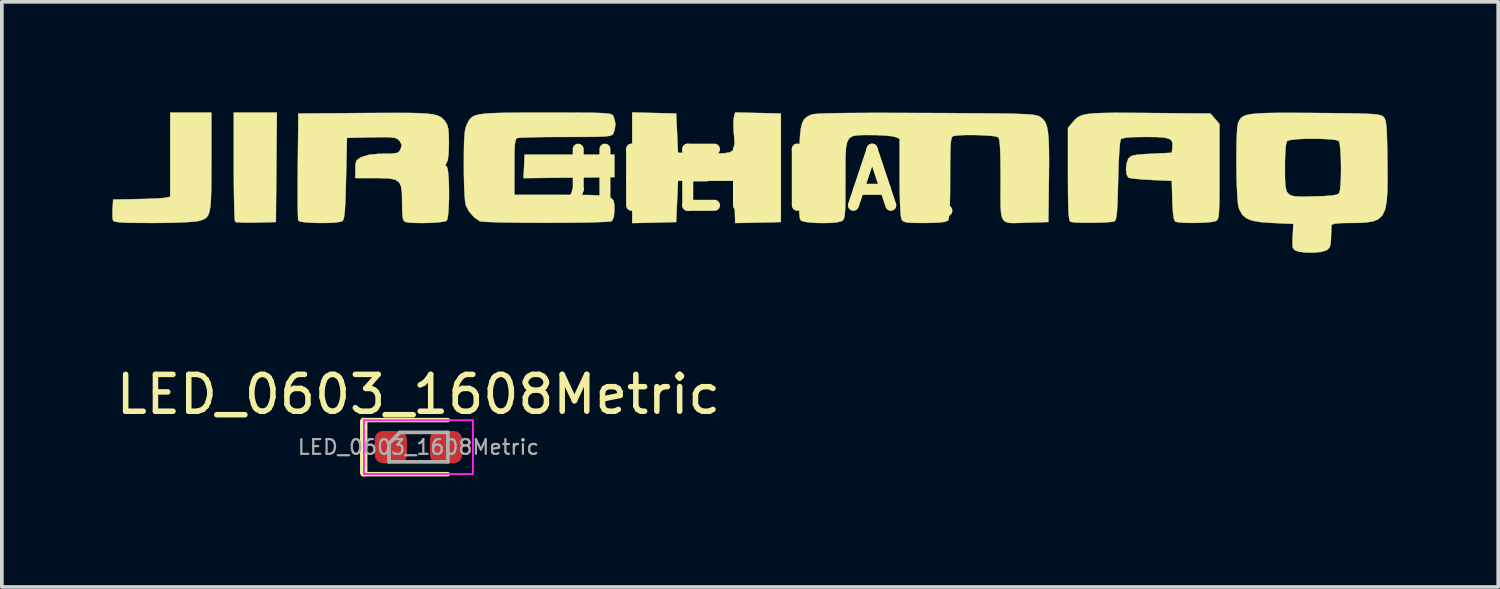
<source format=kicad_pcb>
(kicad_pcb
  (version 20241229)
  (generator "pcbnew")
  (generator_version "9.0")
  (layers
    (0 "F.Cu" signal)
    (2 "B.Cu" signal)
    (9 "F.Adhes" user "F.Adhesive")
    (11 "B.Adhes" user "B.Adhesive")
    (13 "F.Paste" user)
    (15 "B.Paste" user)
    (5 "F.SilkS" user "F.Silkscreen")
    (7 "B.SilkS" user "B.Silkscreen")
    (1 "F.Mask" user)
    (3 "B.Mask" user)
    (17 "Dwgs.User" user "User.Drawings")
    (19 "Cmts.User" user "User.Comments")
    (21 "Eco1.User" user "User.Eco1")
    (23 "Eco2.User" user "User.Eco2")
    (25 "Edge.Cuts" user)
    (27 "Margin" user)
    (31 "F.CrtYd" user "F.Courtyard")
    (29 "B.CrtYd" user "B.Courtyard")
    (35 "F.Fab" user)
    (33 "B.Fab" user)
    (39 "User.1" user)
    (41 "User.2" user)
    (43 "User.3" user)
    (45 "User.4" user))
  (footprint "JIREHMAQ"
    (layer "F.Cu")
    (at 17.372 1.837)
    (property "Reference" "JIREHMAQ" (at 0 0 0) (layer "F.SilkS") (effects (font (size 1.524 1.524) (thickness 0.3))))
    (attr through_hole)
    (fp_poly (pts (xy -3.734 -0.076) (xy -4.968 -0.063) (xy -6.202 -0.049) (xy -6.187 -0.367) (xy -6.172 -0.686) (xy -3.734 -0.686) (xy -3.734 -0.076)) (stroke (width 0.01) (type solid)) (fill yes) (layer "F.SilkS"))
    (fp_poly (pts (xy -12.929 1.143) (xy -13.465 1.157) (xy -13.689 1.16) (xy -13.874 1.156) (xy -13.998 1.147) (xy -14.036 1.136) (xy -14.045 1.078) (xy -14.053 0.932) (xy -14.06 0.71) (xy -14.066 0.425) (xy -14.07 0.092) (xy -14.072 -0.278) (xy -14.072 -0.364) (xy -14.072 -1.829) (xy -12.902 -1.829) (xy -12.929 1.143)) (stroke (width 0.01) (type solid)) (fill yes) (layer "F.SilkS"))
    (fp_poly (pts (xy -2.654 -1.818) (xy -2.057 -1.803) (xy -2.007 -0.737) (xy -1.285 -0.723) (xy -0.973 -0.718) (xy -0.75 -0.724) (xy -0.601 -0.749) (xy -0.514 -0.803) (xy -0.474 -0.893) (xy -0.469 -1.028) (xy -0.485 -1.218) (xy -0.488 -1.24) (xy -0.5 -1.434) (xy -0.499 -1.605) (xy -0.488 -1.699) (xy -0.454 -1.832) (xy 0.166 -1.818) (xy 0.787 -1.803) (xy 0.787 1.143) (xy -0.454 1.171) (xy -0.483 0.025) (xy -2.007 0.025) (xy -2.057 1.143) (xy -3.251 1.172) (xy -3.251 -1.832) (xy -2.654 -1.818)) (stroke (width 0.01) (type solid)) (fill yes) (layer "F.SilkS"))
    (fp_poly (pts (xy -14.681 -0.494) (xy -14.682 -0.062) (xy -14.685 0.279) (xy -14.694 0.542) (xy -14.71 0.737) (xy -14.736 0.877) (xy -14.775 0.972) (xy -14.829 1.035) (xy -14.901 1.075) (xy -14.992 1.106) (xy -15.026 1.115) (xy -15.133 1.131) (xy -15.324 1.145) (xy -15.579 1.157) (xy -15.879 1.165) (xy -16.206 1.168) (xy -16.27 1.168) (xy -16.637 1.167) (xy -16.913 1.163) (xy -17.111 1.155) (xy -17.242 1.143) (xy -17.318 1.126) (xy -17.351 1.102) (xy -17.353 1.098) (xy -17.366 1.009) (xy -17.367 0.861) (xy -17.364 0.781) (xy -17.348 0.533) (xy -16.688 0.521) (xy -16.429 0.514) (xy -16.199 0.505) (xy -16.021 0.494) (xy -15.919 0.483) (xy -15.913 0.482) (xy -15.799 0.455) (xy -15.799 -1.829) (xy -14.681 -1.829) (xy -14.681 -0.494)) (stroke (width 0.01) (type solid)) (fill yes) (layer "F.SilkS"))
    (fp_poly (pts (xy -5.129 -1.828) (xy -4.746 -1.827) (xy -4.445 -1.825) (xy -4.215 -1.821) (xy -4.046 -1.814) (xy -3.928 -1.805) (xy -3.85 -1.792) (xy -3.803 -1.775) (xy -3.776 -1.753) (xy -3.761 -1.731) (xy -3.72 -1.602) (xy -3.708 -1.499) (xy -3.729 -1.356) (xy -3.761 -1.267) (xy -3.782 -1.236) (xy -3.818 -1.212) (xy -3.88 -1.195) (xy -3.981 -1.183) (xy -4.133 -1.175) (xy -4.349 -1.171) (xy -4.64 -1.169) (xy -5.02 -1.168) (xy -5.052 -1.168) (xy -5.4 -1.167) (xy -5.717 -1.164) (xy -5.988 -1.158) (xy -6.198 -1.152) (xy -6.331 -1.144) (xy -6.371 -1.138) (xy -6.403 -1.112) (xy -6.425 -1.054) (xy -6.44 -0.947) (xy -6.448 -0.778) (xy -6.451 -0.531) (xy -6.452 -0.35) (xy -6.452 0.406) (xy -5.191 0.406) (xy -4.769 0.407) (xy -4.437 0.41) (xy -4.185 0.419) (xy -4.002 0.437) (xy -3.877 0.467) (xy -3.798 0.512) (xy -3.755 0.575) (xy -3.738 0.659) (xy -3.734 0.766) (xy -3.734 0.811) (xy -3.75 1.006) (xy -3.798 1.11) (xy -3.81 1.119) (xy -3.879 1.131) (xy -4.034 1.141) (xy -4.263 1.149) (xy -4.549 1.156) (xy -4.878 1.16) (xy -5.237 1.163) (xy -5.609 1.164) (xy -5.982 1.163) (xy -6.339 1.16) (xy -6.667 1.155) (xy -6.952 1.149) (xy -7.177 1.141) (xy -7.33 1.13) (xy -7.391 1.12) (xy -7.542 1.018) (xy -7.682 0.856) (xy -7.769 0.695) (xy -7.788 0.595) (xy -7.803 0.409) (xy -7.815 0.154) (xy -7.822 -0.152) (xy -7.823 -0.397) (xy -7.822 -0.744) (xy -7.817 -1.006) (xy -7.807 -1.198) (xy -7.792 -1.336) (xy -7.769 -1.437) (xy -7.737 -1.517) (xy -7.734 -1.523) (xy -7.694 -1.6) (xy -7.65 -1.663) (xy -7.594 -1.713) (xy -7.514 -1.751) (xy -7.401 -1.78) (xy -7.244 -1.801) (xy -7.034 -1.814) (xy -6.76 -1.822) (xy -6.412 -1.826) (xy -5.98 -1.828) (xy -5.602 -1.828) (xy -5.129 -1.828)) (stroke (width 0.01) (type solid)) (fill yes) (layer "F.SilkS"))
    (fp_poly (pts (xy 10.241 -1.822) (xy 10.709 -1.819) (xy 10.789 -1.818) (xy 12.455 -1.803) (xy 12.577 -1.661) (xy 12.7 -1.518) (xy 12.7 -0.228) (xy 12.7 0.168) (xy 12.698 0.475) (xy 12.694 0.704) (xy 12.687 0.867) (xy 12.676 0.978) (xy 12.66 1.047) (xy 12.638 1.088) (xy 12.61 1.111) (xy 12.602 1.116) (xy 12.508 1.139) (xy 12.345 1.155) (xy 12.141 1.165) (xy 11.925 1.167) (xy 11.725 1.161) (xy 11.572 1.148) (xy 11.495 1.128) (xy 11.462 1.054) (xy 11.437 0.883) (xy 11.421 0.62) (xy 11.419 0.557) (xy 11.405 0.025) (xy 10.846 0) (xy 10.613 -0.014) (xy 10.415 -0.032) (xy 10.277 -0.051) (xy 10.223 -0.066) (xy 10.178 -0.148) (xy 10.162 -0.285) (xy 10.176 -0.438) (xy 10.219 -0.566) (xy 10.232 -0.587) (xy 10.279 -0.632) (xy 10.353 -0.664) (xy 10.476 -0.686) (xy 10.667 -0.701) (xy 10.854 -0.711) (xy 11.405 -0.737) (xy 11.421 -0.879) (xy 11.425 -0.991) (xy 11.398 -1.07) (xy 11.325 -1.121) (xy 11.193 -1.151) (xy 10.988 -1.165) (xy 10.696 -1.168) (xy 10.693 -1.168) (xy 10.392 -1.164) (xy 10.184 -1.151) (xy 10.061 -1.128) (xy 10.02 -1.105) (xy 10.003 -1.036) (xy 9.986 -0.879) (xy 9.971 -0.65) (xy 9.958 -0.364) (xy 9.948 -0.034) (xy 9.947 0.016) (xy 9.938 0.385) (xy 9.928 0.663) (xy 9.916 0.864) (xy 9.9 0.999) (xy 9.881 1.08) (xy 9.855 1.118) (xy 9.852 1.12) (xy 9.776 1.138) (xy 9.624 1.151) (xy 9.424 1.159) (xy 9.203 1.163) (xy 8.987 1.162) (xy 8.804 1.155) (xy 8.679 1.142) (xy 8.649 1.135) (xy 8.628 1.102) (xy 8.612 1.015) (xy 8.6 0.866) (xy 8.592 0.644) (xy 8.587 0.342) (xy 8.585 -0.051) (xy 8.585 -0.153) (xy 8.585 -1.415) (xy 8.711 -1.564) (xy 8.774 -1.635) (xy 8.837 -1.692) (xy 8.913 -1.736) (xy 9.012 -1.77) (xy 9.146 -1.794) (xy 9.324 -1.81) (xy 9.559 -1.819) (xy 9.861 -1.823) (xy 10.241 -1.822)) (stroke (width 0.01) (type solid)) (fill yes) (layer "F.SilkS"))
    (fp_poly (pts (xy -9.269 -1.819) (xy -9.008 -1.812) (xy -8.808 -1.799) (xy -8.658 -1.78) (xy -8.547 -1.753) (xy -8.466 -1.717) (xy -8.405 -1.671) (xy -8.352 -1.614) (xy -8.329 -1.586) (xy -8.28 -1.506) (xy -8.25 -1.402) (xy -8.234 -1.249) (xy -8.23 -1.023) (xy -8.23 -0.994) (xy -8.237 -0.725) (xy -8.26 -0.544) (xy -8.293 -0.461) (xy -8.331 -0.401) (xy -8.293 -0.37) (xy -8.267 -0.313) (xy -8.247 -0.176) (xy -8.233 0.018) (xy -8.227 0.245) (xy -8.227 0.485) (xy -8.234 0.713) (xy -8.247 0.909) (xy -8.268 1.049) (xy -8.291 1.107) (xy -8.364 1.132) (xy -8.511 1.151) (xy -8.706 1.164) (xy -8.921 1.17) (xy -9.128 1.169) (xy -9.302 1.159) (xy -9.413 1.14) (xy -9.419 1.138) (xy -9.458 1.104) (xy -9.482 1.029) (xy -9.495 0.892) (xy -9.5 0.675) (xy -9.5 0.63) (xy -9.504 0.365) (xy -9.527 0.179) (xy -9.585 0.059) (xy -9.693 -0.01) (xy -9.865 -0.042) (xy -10.118 -0.05) (xy -10.236 -0.051) (xy -10.77 -0.051) (xy -10.77 -0.295) (xy -10.764 -0.447) (xy -10.732 -0.533) (xy -10.656 -0.593) (xy -10.59 -0.626) (xy -10.395 -0.684) (xy -10.117 -0.71) (xy -10.005 -0.711) (xy -9.801 -0.713) (xy -9.676 -0.724) (xy -9.604 -0.75) (xy -9.562 -0.797) (xy -9.541 -0.838) (xy -9.511 -0.949) (xy -9.555 -1.042) (xy -9.577 -1.068) (xy -9.623 -1.11) (xy -9.682 -1.138) (xy -9.773 -1.155) (xy -9.916 -1.162) (xy -10.127 -1.161) (xy -10.334 -1.157) (xy -10.998 -1.143) (xy -11.024 -0.036) (xy -11.033 0.338) (xy -11.044 0.623) (xy -11.056 0.831) (xy -11.071 0.973) (xy -11.089 1.061) (xy -11.113 1.108) (xy -11.125 1.119) (xy -11.214 1.144) (xy -11.37 1.16) (xy -11.568 1.168) (xy -11.784 1.169) (xy -11.992 1.161) (xy -12.167 1.147) (xy -12.286 1.125) (xy -12.321 1.104) (xy -12.327 1.038) (xy -12.332 0.885) (xy -12.335 0.656) (xy -12.336 0.368) (xy -12.335 0.032) (xy -12.333 -0.337) (xy -12.333 -0.382) (xy -12.319 -1.803) (xy -10.516 -1.817) (xy -10.012 -1.82) (xy -9.6 -1.821) (xy -9.269 -1.819)) (stroke (width 0.01) (type solid)) (fill yes) (layer "F.SilkS"))
    (fp_poly (pts (xy 15.123 -1.82) (xy 15.316 -1.818) (xy 15.787 -1.814) (xy 16.166 -1.809) (xy 16.466 -1.804) (xy 16.694 -1.797) (xy 16.863 -1.788) (xy 16.983 -1.776) (xy 17.064 -1.761) (xy 17.116 -1.742) (xy 17.15 -1.719) (xy 17.156 -1.713) (xy 17.186 -1.674) (xy 17.209 -1.615) (xy 17.226 -1.523) (xy 17.239 -1.384) (xy 17.248 -1.186) (xy 17.255 -0.915) (xy 17.261 -0.558) (xy 17.262 -0.493) (xy 17.266 -0.039) (xy 17.26 0.324) (xy 17.238 0.606) (xy 17.194 0.817) (xy 17.122 0.967) (xy 17.015 1.067) (xy 16.867 1.127) (xy 16.673 1.157) (xy 16.425 1.167) (xy 16.258 1.168) (xy 16.005 1.172) (xy 15.843 1.185) (xy 15.76 1.209) (xy 15.743 1.232) (xy 15.738 1.316) (xy 15.733 1.463) (xy 15.73 1.573) (xy 15.719 1.74) (xy 15.691 1.836) (xy 15.631 1.895) (xy 15.596 1.915) (xy 15.455 1.955) (xy 15.258 1.974) (xy 15.045 1.972) (xy 14.86 1.948) (xy 14.791 1.927) (xy 14.728 1.894) (xy 14.694 1.841) (xy 14.683 1.743) (xy 14.687 1.574) (xy 14.689 1.537) (xy 14.707 1.194) (xy 14.139 1.168) (xy 13.825 1.146) (xy 13.595 1.107) (xy 13.433 1.043) (xy 13.322 0.948) (xy 13.245 0.812) (xy 13.224 0.757) (xy 13.203 0.647) (xy 13.187 0.458) (xy 13.174 0.208) (xy 13.165 -0.082) (xy 13.161 -0.349) (xy 14.478 -0.349) (xy 14.479 -0.044) (xy 14.49 0.174) (xy 14.527 0.318) (xy 14.603 0.404) (xy 14.732 0.445) (xy 14.929 0.456) (xy 15.208 0.45) (xy 15.275 0.448) (xy 15.554 0.438) (xy 15.748 0.424) (xy 15.87 0.403) (xy 15.936 0.374) (xy 15.952 0.356) (xy 15.975 0.269) (xy 15.991 0.108) (xy 16 -0.102) (xy 16.002 -0.337) (xy 15.998 -0.573) (xy 15.987 -0.787) (xy 15.97 -0.953) (xy 15.947 -1.047) (xy 15.941 -1.057) (xy 15.864 -1.084) (xy 15.71 -1.103) (xy 15.503 -1.115) (xy 15.27 -1.12) (xy 15.033 -1.117) (xy 14.817 -1.107) (xy 14.648 -1.089) (xy 14.55 -1.064) (xy 14.539 -1.057) (xy 14.509 -0.974) (xy 14.489 -0.794) (xy 14.479 -0.517) (xy 14.478 -0.349) (xy 13.161 -0.349) (xy 13.16 -0.392) (xy 13.16 -0.701) (xy 13.164 -0.991) (xy 13.173 -1.241) (xy 13.186 -1.43) (xy 13.204 -1.54) (xy 13.206 -1.544) (xy 13.238 -1.617) (xy 13.279 -1.677) (xy 13.339 -1.724) (xy 13.428 -1.761) (xy 13.556 -1.787) (xy 13.733 -1.805) (xy 13.968 -1.817) (xy 14.271 -1.822) (xy 14.653 -1.822) (xy 15.123 -1.82)) (stroke (width 0.01) (type solid)) (fill yes) (layer "F.SilkS"))
    (fp_poly (pts (xy 4.323 -1.819) (xy 4.726 -1.818) (xy 5.352 -1.815) (xy 5.884 -1.811) (xy 6.33 -1.808) (xy 6.699 -1.804) (xy 6.999 -1.799) (xy 7.236 -1.793) (xy 7.421 -1.786) (xy 7.56 -1.777) (xy 7.661 -1.766) (xy 7.733 -1.752) (xy 7.784 -1.737) (xy 7.821 -1.718) (xy 7.836 -1.709) (xy 7.909 -1.649) (xy 7.966 -1.572) (xy 8.009 -1.467) (xy 8.039 -1.321) (xy 8.058 -1.122) (xy 8.068 -0.858) (xy 8.071 -0.518) (xy 8.068 -0.089) (xy 8.067 -0.051) (xy 8.052 1.143) (xy 7.518 1.158) (xy 7.274 1.167) (xy 7.088 1.172) (xy 6.952 1.16) (xy 6.859 1.12) (xy 6.8 1.039) (xy 6.769 0.907) (xy 6.756 0.71) (xy 6.754 0.438) (xy 6.756 0.078) (xy 6.756 0.009) (xy 6.754 -0.397) (xy 6.748 -0.708) (xy 6.738 -0.933) (xy 6.722 -1.078) (xy 6.701 -1.151) (xy 6.695 -1.158) (xy 6.623 -1.182) (xy 6.476 -1.2) (xy 6.278 -1.213) (xy 6.056 -1.22) (xy 5.837 -1.221) (xy 5.644 -1.214) (xy 5.506 -1.199) (xy 5.465 -1.188) (xy 5.438 -1.167) (xy 5.418 -1.118) (xy 5.404 -1.029) (xy 5.394 -0.887) (xy 5.388 -0.68) (xy 5.385 -0.395) (xy 5.385 -0.056) (xy 5.383 0.349) (xy 5.377 0.66) (xy 5.366 0.884) (xy 5.35 1.028) (xy 5.329 1.101) (xy 5.324 1.107) (xy 5.236 1.139) (xy 5.05 1.159) (xy 4.768 1.168) (xy 4.691 1.168) (xy 4.439 1.167) (xy 4.271 1.16) (xy 4.165 1.145) (xy 4.105 1.118) (xy 4.07 1.078) (xy 4.066 1.07) (xy 4.048 0.985) (xy 4.033 0.812) (xy 4.022 0.561) (xy 4.015 0.246) (xy 4.013 -0.074) (xy 4.013 -1.12) (xy 3.883 -1.17) (xy 3.776 -1.191) (xy 3.598 -1.208) (xy 3.378 -1.218) (xy 3.259 -1.219) (xy 3.034 -1.22) (xy 2.861 -1.213) (xy 2.734 -1.188) (xy 2.645 -1.132) (xy 2.589 -1.033) (xy 2.557 -0.879) (xy 2.543 -0.659) (xy 2.54 -0.361) (xy 2.54 0.001) (xy 2.539 0.356) (xy 2.537 0.624) (xy 2.532 0.816) (xy 2.522 0.947) (xy 2.507 1.03) (xy 2.486 1.079) (xy 2.456 1.107) (xy 2.442 1.116) (xy 2.334 1.146) (xy 2.162 1.164) (xy 1.955 1.171) (xy 1.74 1.167) (xy 1.544 1.152) (xy 1.396 1.128) (xy 1.324 1.096) (xy 1.303 1.038) (xy 1.289 0.916) (xy 1.28 0.722) (xy 1.275 0.447) (xy 1.276 0.084) (xy 1.279 -0.212) (xy 1.286 -0.632) (xy 1.295 -0.963) (xy 1.309 -1.216) (xy 1.332 -1.404) (xy 1.365 -1.539) (xy 1.41 -1.633) (xy 1.472 -1.697) (xy 1.552 -1.746) (xy 1.617 -1.774) (xy 1.685 -1.788) (xy 1.821 -1.799) (xy 2.03 -1.807) (xy 2.317 -1.814) (xy 2.685 -1.818) (xy 3.139 -1.821) (xy 3.683 -1.821) (xy 4.323 -1.819)) (stroke (width 0.01) (type solid)) (fill yes) (layer "F.SilkS")))
  (footprint "LED_0603_1608Metric"
    (layer "F.Cu")
    (at 8.315 9.094)
    (property "Reference" "LED_0603_1608Metric" (at 0 -1.43 0) (layer "F.SilkS") (effects (font (size 1 1) (thickness 0.15))))
    (attr smd)
    (fp_line (start -1.486 -0.699) (end -1.486 0.699) (stroke (width 0.2) (type solid)) (layer "F.SilkS"))
    (fp_line (start -1.485 0.735) (end 0.8 0.735) (stroke (width 0.12) (type solid)) (layer "F.SilkS"))
    (fp_line (start 0.8 -0.735) (end -1.485 -0.735) (stroke (width 0.12) (type solid)) (layer "F.SilkS"))
    (fp_line (start -1.48 -0.73) (end 1.48 -0.73) (stroke (width 0.05) (type solid)) (layer "F.CrtYd"))
    (fp_line (start -1.48 0.73) (end -1.48 -0.73) (stroke (width 0.05) (type solid)) (layer "F.CrtYd"))
    (fp_line (start 1.48 -0.73) (end 1.48 0.73) (stroke (width 0.05) (type solid)) (layer "F.CrtYd"))
    (fp_line (start 1.48 0.73) (end -1.48 0.73) (stroke (width 0.05) (type solid)) (layer "F.CrtYd"))
    (fp_line (start -0.8 -0.1) (end -0.8 0.4) (stroke (width 0.1) (type solid)) (layer "F.Fab"))
    (fp_line (start -0.8 0.4) (end 0.8 0.4) (stroke (width 0.1) (type solid)) (layer "F.Fab"))
    (fp_line (start -0.5 -0.4) (end -0.8 -0.1) (stroke (width 0.1) (type solid)) (layer "F.Fab"))
    (fp_line (start 0.8 -0.4) (end -0.5 -0.4) (stroke (width 0.1) (type solid)) (layer "F.Fab"))
    (fp_line (start 0.8 0.4) (end 0.8 -0.4) (stroke (width 0.1) (type solid)) (layer "F.Fab"))
    (fp_text user "${REFERENCE}" (at 0 0 0) (layer "F.Fab") (effects (font (size 0.4 0.4) (thickness 0.06))))
    (pad "1" smd roundrect (at -0.75 0) (size 0.875 0.875) (layers "F.Cu" "F.Mask" "F.Paste") (roundrect_rratio 0.25))
    (pad "2" smd roundrect (at 0.75 0) (size 0.875 0.875) (layers "F.Cu" "F.Mask" "F.Paste") (roundrect_rratio 0.25)))
  (gr_rect
    (start -3 -3)
    (end 37.643 12.893)
    (stroke (width 0.1) (type default))
    (fill no)
    (layer "Edge.Cuts")))
</source>
